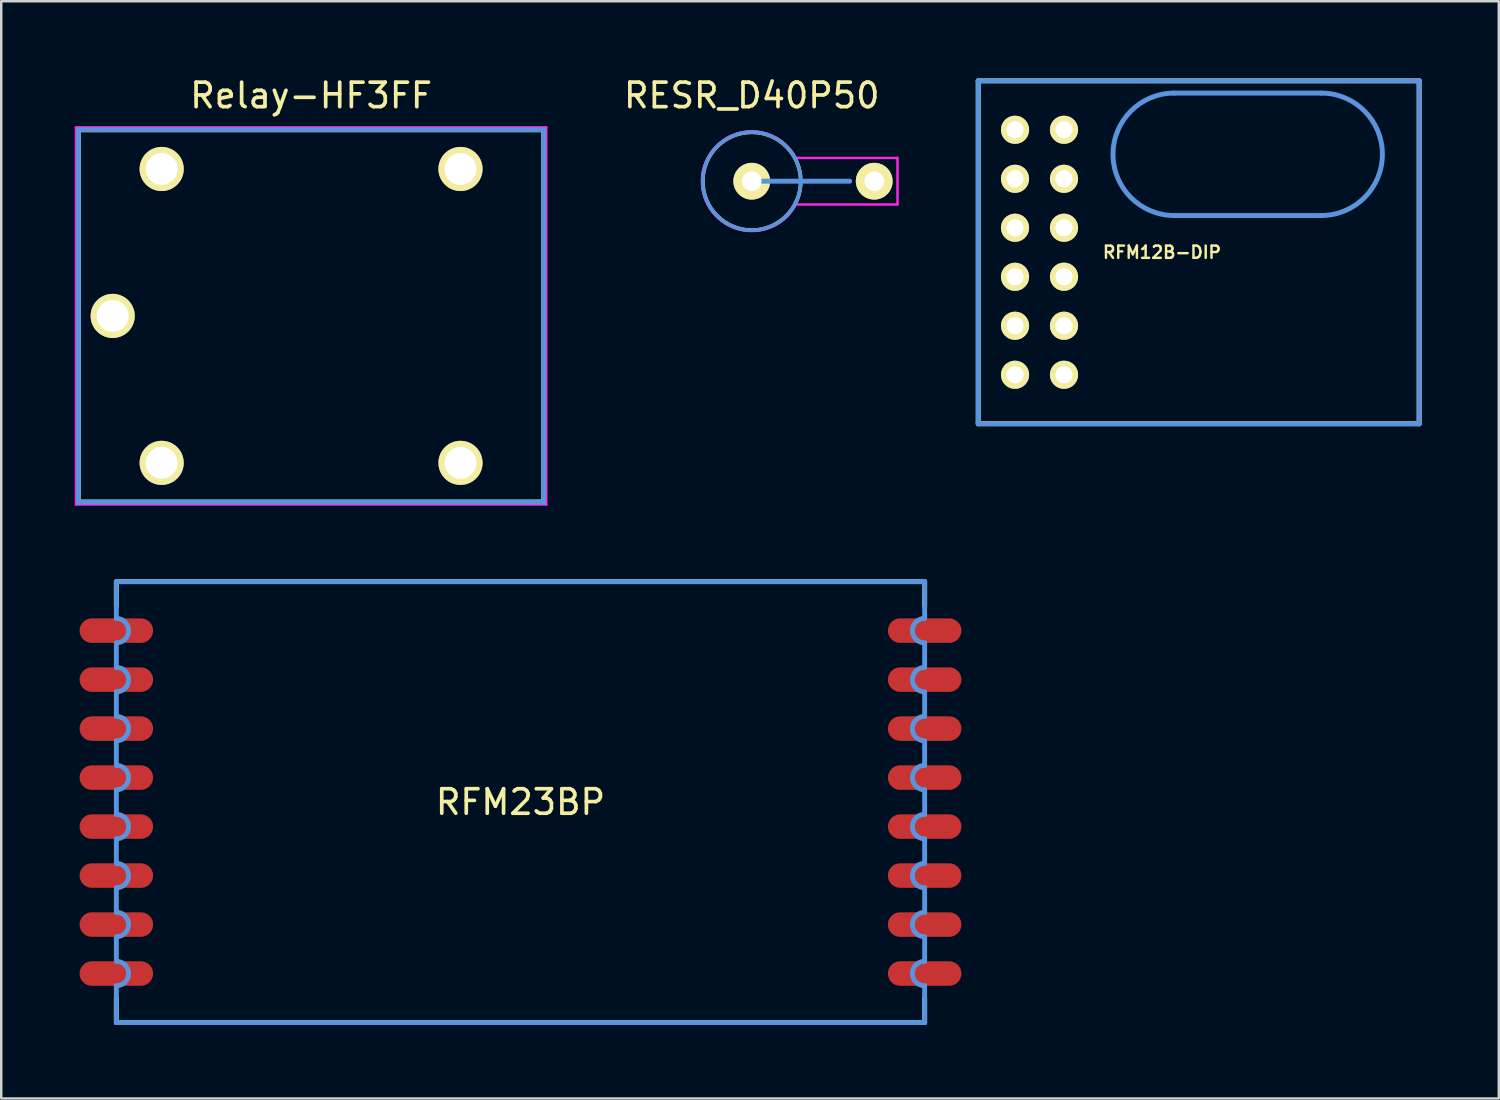
<source format=kicad_pcb>
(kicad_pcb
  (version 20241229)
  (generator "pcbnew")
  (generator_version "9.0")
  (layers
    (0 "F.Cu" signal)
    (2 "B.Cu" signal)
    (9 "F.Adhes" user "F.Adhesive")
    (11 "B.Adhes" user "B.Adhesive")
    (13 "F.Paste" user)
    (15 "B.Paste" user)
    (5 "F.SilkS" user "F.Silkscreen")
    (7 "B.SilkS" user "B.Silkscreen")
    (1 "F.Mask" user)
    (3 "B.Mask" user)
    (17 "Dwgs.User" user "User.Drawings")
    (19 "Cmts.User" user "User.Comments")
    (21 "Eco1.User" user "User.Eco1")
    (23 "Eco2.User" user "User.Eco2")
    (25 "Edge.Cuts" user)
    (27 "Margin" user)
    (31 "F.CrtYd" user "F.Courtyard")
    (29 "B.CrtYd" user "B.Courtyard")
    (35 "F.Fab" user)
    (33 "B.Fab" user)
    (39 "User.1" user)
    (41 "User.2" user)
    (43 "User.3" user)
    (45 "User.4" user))
  (footprint "RFM12B-DIP"
    (layer "F.Cu")
    (at 44.389 7.25)
    (property "Reference" "RFM12B-DIP" (at 0 0 0) (layer "F.SilkS") (effects (font (size 0.5 0.5) (thickness 0.099))))
    (attr through_hole)
    (fp_line (start -7.501 -7) (end 10.5 -7) (stroke (width 0.201) (type solid)) (layer "F.SilkS"))
    (fp_line (start -7.501 7) (end -7.501 -7) (stroke (width 0.201) (type solid)) (layer "F.SilkS"))
    (fp_line (start 10.5 -7) (end 10.5 7) (stroke (width 0.201) (type solid)) (layer "F.SilkS"))
    (fp_line (start 10.5 7) (end -7.501 7) (stroke (width 0.201) (type solid)) (layer "F.SilkS"))
    (fp_line (start -7.501 -7) (end 10.5 -7) (stroke (width 0.201) (type solid)) (layer "Cmts.User"))
    (fp_line (start -7.501 7) (end -7.501 -7) (stroke (width 0.201) (type solid)) (layer "Cmts.User"))
    (fp_line (start 0.5 -6.5) (end 6.5 -6.5) (stroke (width 0.201) (type solid)) (layer "Cmts.User"))
    (fp_line (start 6.5 -1.501) (end 0.5 -1.501) (stroke (width 0.201) (type solid)) (layer "Cmts.User"))
    (fp_line (start 10.5 -7) (end 10.5 7) (stroke (width 0.201) (type solid)) (layer "Cmts.User"))
    (fp_line (start 10.5 7) (end -7.501 7) (stroke (width 0.201) (type solid)) (layer "Cmts.User"))
    (fp_arc (start 0.50038 -1.50114) (mid -1.99898 -4.0005) (end 0.50038 -6.49986) (stroke (width 0.20066) (type solid)) (layer "Cmts.User"))
    (fp_arc (start 6.49986 -6.49986) (mid 8.99922 -4.0005) (end 6.49986 -1.50114) (stroke (width 0.20066) (type solid)) (layer "Cmts.User"))
    (fp_line (start -7.699 -7.201) (end 10.701 -7.201) (stroke (width 0.099) (type solid)) (layer "Eco1.User"))
    (fp_line (start -7.699 7.201) (end -7.699 -7.201) (stroke (width 0.099) (type solid)) (layer "Eco1.User"))
    (fp_line (start 10.701 -7.201) (end 10.701 7.201) (stroke (width 0.099) (type solid)) (layer "Eco1.User"))
    (fp_line (start 10.701 7.201) (end -7.699 7.201) (stroke (width 0.099) (type solid)) (layer "Eco1.User"))
    (pad "1" thru_hole circle (at -5.999 -5.001) (size 1.151 1.151) (drill 0.701) (layers "*.Cu" "*.Mask" "F.SilkS"))
    (pad "2" thru_hole circle (at -5.999 -3) (size 1.151 1.151) (drill 0.701) (layers "*.Cu" "*.Mask" "F.SilkS"))
    (pad "3" thru_hole circle (at -5.999 -1.001) (size 1.151 1.151) (drill 0.701) (layers "*.Cu" "*.Mask" "F.SilkS"))
    (pad "4" thru_hole circle (at -5.999 1.001) (size 1.151 1.151) (drill 0.701) (layers "*.Cu" "*.Mask" "F.SilkS"))
    (pad "5" thru_hole circle (at -5.999 3) (size 1.151 1.151) (drill 0.701) (layers "*.Cu" "*.Mask" "F.SilkS"))
    (pad "6" thru_hole circle (at -5.999 5.001) (size 1.151 1.151) (drill 0.701) (layers "*.Cu" "*.Mask" "F.SilkS"))
    (pad "7" thru_hole circle (at -4 5.001) (size 1.151 1.151) (drill 0.701) (layers "*.Cu" "*.Mask" "F.SilkS"))
    (pad "8" thru_hole circle (at -4 0.998) (size 1.151 1.151) (drill 0.701) (layers "*.Cu" "*.Mask" "F.SilkS"))
    (pad "9" thru_hole circle (at -4 3) (size 1.151 1.151) (drill 0.701) (layers "*.Cu" "*.Mask" "F.SilkS"))
    (pad "10" thru_hole circle (at -4 -1.001) (size 1.151 1.151) (drill 0.701) (layers "*.Cu" "*.Mask" "F.SilkS"))
    (pad "11" thru_hole circle (at -4 -3) (size 1.151 1.151) (drill 0.701) (layers "*.Cu" "*.Mask" "F.SilkS"))
    (pad "12" thru_hole circle (at -4 -5.001) (size 1.151 1.151) (drill 0.701) (layers "*.Cu" "*.Mask" "F.SilkS")))
  (footprint "RFM23BP"
    (layer "F.Cu")
    (at 18.2 29.696)
    (property "Reference" "RFM23BP" (at 0 0 0) (layer "F.SilkS") (effects (font (size 1 1) (thickness 0.15))))
    (attr through_hole)
    (fp_line (start -16.5 -9) (end -16.5 -8) (stroke (width 0.2) (type solid)) (layer "F.SilkS"))
    (fp_line (start -16.5 -9) (end 16.5 -9) (stroke (width 0.2) (type solid)) (layer "F.SilkS"))
    (fp_line (start -16.5 8) (end -16.5 9) (stroke (width 0.2) (type solid)) (layer "F.SilkS"))
    (fp_line (start -16.5 9) (end 16.5 9) (stroke (width 0.2) (type solid)) (layer "F.SilkS"))
    (fp_line (start 16.5 -9) (end 16.5 -8) (stroke (width 0.2) (type solid)) (layer "F.SilkS"))
    (fp_line (start 16.5 9) (end 16.5 8) (stroke (width 0.2) (type solid)) (layer "F.SilkS"))
    (fp_line (start -16.5 -7.5) (end -16.5 -9) (stroke (width 0.2) (type solid)) (layer "Cmts.User"))
    (fp_line (start -16.5 -6.5) (end -16.5 -5.5) (stroke (width 0.2) (type solid)) (layer "Cmts.User"))
    (fp_line (start -16.5 -3.5) (end -16.5 -4.5) (stroke (width 0.2) (type solid)) (layer "Cmts.User"))
    (fp_line (start -16.5 -2.5) (end -16.5 -1.5) (stroke (width 0.2) (type solid)) (layer "Cmts.User"))
    (fp_line (start -16.5 0.5) (end -16.5 -0.5) (stroke (width 0.2) (type solid)) (layer "Cmts.User"))
    (fp_line (start -16.5 1.5) (end -16.5 2.5) (stroke (width 0.2) (type solid)) (layer "Cmts.User"))
    (fp_line (start -16.5 4.5) (end -16.5 3.5) (stroke (width 0.2) (type solid)) (layer "Cmts.User"))
    (fp_line (start -16.5 5.5) (end -16.5 6.5) (stroke (width 0.2) (type solid)) (layer "Cmts.User"))
    (fp_line (start -16.5 9) (end -16.5 7.5) (stroke (width 0.2) (type solid)) (layer "Cmts.User"))
    (fp_line (start -16.5 9) (end 16.5 9) (stroke (width 0.2) (type solid)) (layer "Cmts.User"))
    (fp_line (start 16.5 -9) (end -16.5 -9) (stroke (width 0.2) (type solid)) (layer "Cmts.User"))
    (fp_line (start 16.5 -9) (end 16.5 -7.5) (stroke (width 0.2) (type solid)) (layer "Cmts.User"))
    (fp_line (start 16.5 -6.5) (end 16.5 -5.5) (stroke (width 0.2) (type solid)) (layer "Cmts.User"))
    (fp_line (start 16.5 -4.5) (end 16.5 -3.5) (stroke (width 0.2) (type solid)) (layer "Cmts.User"))
    (fp_line (start 16.5 -2.5) (end 16.5 -1.5) (stroke (width 0.2) (type solid)) (layer "Cmts.User"))
    (fp_line (start 16.5 -0.5) (end 16.5 0.5) (stroke (width 0.2) (type solid)) (layer "Cmts.User"))
    (fp_line (start 16.5 1.5) (end 16.5 2.5) (stroke (width 0.2) (type solid)) (layer "Cmts.User"))
    (fp_line (start 16.5 3.5) (end 16.5 4.5) (stroke (width 0.2) (type solid)) (layer "Cmts.User"))
    (fp_line (start 16.5 5.5) (end 16.5 6.5) (stroke (width 0.2) (type solid)) (layer "Cmts.User"))
    (fp_line (start 16.5 7.5) (end 16.5 9) (stroke (width 0.2) (type solid)) (layer "Cmts.User"))
    (fp_arc (start -16.5 -7.5) (mid -16 -7) (end -16.5 -6.5) (stroke (width 0.2) (type solid)) (layer "Cmts.User"))
    (fp_arc (start -16.5 -5.5) (mid -16 -5) (end -16.5 -4.5) (stroke (width 0.2) (type solid)) (layer "Cmts.User"))
    (fp_arc (start -16.5 -3.5) (mid -16 -3) (end -16.5 -2.5) (stroke (width 0.2) (type solid)) (layer "Cmts.User"))
    (fp_arc (start -16.5 -1.5) (mid -16 -1) (end -16.5 -0.5) (stroke (width 0.2) (type solid)) (layer "Cmts.User"))
    (fp_arc (start -16.5 0.5) (mid -16 1) (end -16.5 1.5) (stroke (width 0.2) (type solid)) (layer "Cmts.User"))
    (fp_arc (start -16.5 2.5) (mid -16 3) (end -16.5 3.5) (stroke (width 0.2) (type solid)) (layer "Cmts.User"))
    (fp_arc (start -16.5 4.5) (mid -16 5) (end -16.5 5.5) (stroke (width 0.2) (type solid)) (layer "Cmts.User"))
    (fp_arc (start -16.5 6.5) (mid -16 7) (end -16.5 7.5) (stroke (width 0.2) (type solid)) (layer "Cmts.User"))
    (fp_arc (start 16.5 -6.5) (mid 16 -7) (end 16.5 -7.5) (stroke (width 0.2) (type solid)) (layer "Cmts.User"))
    (fp_arc (start 16.5 -4.5) (mid 16 -5) (end 16.5 -5.5) (stroke (width 0.2) (type solid)) (layer "Cmts.User"))
    (fp_arc (start 16.5 -2.5) (mid 16 -3) (end 16.5 -3.5) (stroke (width 0.2) (type solid)) (layer "Cmts.User"))
    (fp_arc (start 16.5 -0.5) (mid 16 -1) (end 16.5 -1.5) (stroke (width 0.2) (type solid)) (layer "Cmts.User"))
    (fp_arc (start 16.5 1.5) (mid 16 1) (end 16.5 0.5) (stroke (width 0.2) (type solid)) (layer "Cmts.User"))
    (fp_arc (start 16.5 3.5) (mid 16 3) (end 16.5 2.5) (stroke (width 0.2) (type solid)) (layer "Cmts.User"))
    (fp_arc (start 16.5 5.5) (mid 16 5) (end 16.5 4.5) (stroke (width 0.2) (type solid)) (layer "Cmts.User"))
    (fp_arc (start 16.5 7.5) (mid 16 7) (end 16.5 6.5) (stroke (width 0.2) (type solid)) (layer "Cmts.User"))
    (fp_line (start -18.15 -9.05) (end -18.15 9.05) (stroke (width 0.1) (type solid)) (layer "Eco1.User"))
    (fp_line (start -18.15 -9.05) (end 18.15 -9.05) (stroke (width 0.1) (type solid)) (layer "Eco1.User"))
    (fp_line (start -18.15 9.05) (end 18.15 9.05) (stroke (width 0.1) (type solid)) (layer "Eco1.User"))
    (fp_line (start 18.15 9.05) (end 18.15 -9.05) (stroke (width 0.1) (type solid)) (layer "Eco1.User"))
    (pad "1" smd oval (at -16.5 -7) (size 3 1) (layers "F.Cu" "F.Mask" "F.Paste"))
    (pad "2" smd oval (at -16.5 -5) (size 3 1) (layers "F.Cu" "F.Mask" "F.Paste"))
    (pad "3" smd oval (at -16.5 -3) (size 3 1) (layers "F.Cu" "F.Mask" "F.Paste"))
    (pad "4" smd oval (at -16.5 -1) (size 3 1) (layers "F.Cu" "F.Mask" "F.Paste"))
    (pad "5" smd oval (at -16.5 1) (size 3 1) (layers "F.Cu" "F.Mask" "F.Paste"))
    (pad "6" smd oval (at -16.5 3) (size 3 1) (layers "F.Cu" "F.Mask" "F.Paste"))
    (pad "7" smd oval (at -16.5 5) (size 3 1) (layers "F.Cu" "F.Mask" "F.Paste"))
    (pad "8" smd oval (at -16.5 7) (size 3 1) (layers "F.Cu" "F.Mask" "F.Paste"))
    (pad "9" smd oval (at 16.5 7) (size 3 1) (layers "F.Cu" "F.Mask" "F.Paste"))
    (pad "10" smd oval (at 16.5 5) (size 3 1) (layers "F.Cu" "F.Mask" "F.Paste"))
    (pad "11" smd oval (at 16.5 3) (size 3 1) (layers "F.Cu" "F.Mask" "F.Paste"))
    (pad "12" smd oval (at 16.5 1) (size 3 1) (layers "F.Cu" "F.Mask" "F.Paste"))
    (pad "13" smd oval (at 16.5 -1) (size 3 1) (layers "F.Cu" "F.Mask" "F.Paste"))
    (pad "14" smd oval (at 16.5 -3) (size 3 1) (layers "F.Cu" "F.Mask" "F.Paste"))
    (pad "15" smd oval (at 16.5 -5) (size 3 1) (layers "F.Cu" "F.Mask" "F.Paste"))
    (pad "16" smd oval (at 16.5 -7) (size 3 1) (layers "F.Cu" "F.Mask" "F.Paste")))
  (footprint "Relay-HF3FF"
    (layer "F.Cu")
    (at 9.651 9.848)
    (property "Reference" "Relay-HF3FF" (at 0 -8.999 0) (layer "F.SilkS") (effects (font (size 1.001 1.001) (thickness 0.15))))
    (attr through_hole)
    (fp_line (start -9.5 -7.6) (end -9.5 7.6) (stroke (width 0.201) (type solid)) (layer "F.SilkS"))
    (fp_line (start -9.5 7.6) (end 9.5 7.6) (stroke (width 0.201) (type solid)) (layer "F.SilkS"))
    (fp_line (start 9.5 -7.6) (end -9.5 -7.6) (stroke (width 0.201) (type solid)) (layer "F.SilkS"))
    (fp_line (start 9.5 7.6) (end 9.5 -7.6) (stroke (width 0.201) (type solid)) (layer "F.SilkS"))
    (fp_line (start -9.5 -7.6) (end -9.5 7.6) (stroke (width 0.201) (type solid)) (layer "Cmts.User"))
    (fp_line (start -9.5 7.6) (end 9.5 7.6) (stroke (width 0.201) (type solid)) (layer "Cmts.User"))
    (fp_line (start 9.5 -7.6) (end -9.5 -7.6) (stroke (width 0.201) (type solid)) (layer "Cmts.User"))
    (fp_line (start 9.5 7.6) (end 9.5 -7.6) (stroke (width 0.201) (type solid)) (layer "Cmts.User"))
    (fp_line (start -9.601 -7.699) (end -9.601 7.699) (stroke (width 0.099) (type solid)) (layer "F.CrtYd"))
    (fp_line (start -9.601 7.699) (end 9.601 7.699) (stroke (width 0.099) (type solid)) (layer "F.CrtYd"))
    (fp_line (start 9.601 -7.699) (end -9.601 -7.699) (stroke (width 0.099) (type solid)) (layer "F.CrtYd"))
    (fp_line (start 9.601 7.699) (end 9.601 -7.699) (stroke (width 0.099) (type solid)) (layer "F.CrtYd"))
    (pad "1" thru_hole circle (at -6.101 -5.999) (size 1.801 1.801) (drill 1.3) (layers "*.Cu" "*.Mask" "F.SilkS"))
    (pad "2" thru_hole circle (at 6.099 -5.999) (size 1.801 1.801) (drill 1.3) (layers "*.Cu" "*.Mask" "F.SilkS"))
    (pad "3" thru_hole circle (at 6.099 5.999) (size 1.801 1.801) (drill 1.3) (layers "*.Cu" "*.Mask" "F.SilkS"))
    (pad "4" thru_hole circle (at -6.101 5.999) (size 1.801 1.801) (drill 1.3) (layers "*.Cu" "*.Mask" "F.SilkS"))
    (pad "5" thru_hole circle (at -8.1 0) (size 1.801 1.801) (drill 1.3) (layers "*.Cu" "*.Mask" "F.SilkS")))
  (footprint "RESR_D40P50"
    (layer "F.Cu")
    (at 27.641 4.348)
    (property "Reference" "RESR_D40P50" (at 0 -3.5 0) (layer "F.SilkS") (effects (font (size 1 1) (thickness 0.15))))
    (attr through_hole)
    (fp_circle (center 0 0) (end 2 0) (stroke (width 0.15) (type solid)) (fill no) (layer "F.SilkS"))
    (fp_line (start 0 0) (end 4 0) (stroke (width 0.2) (type solid)) (layer "Cmts.User"))
    (fp_circle (center 0 0) (end -2 0) (stroke (width 0.15) (type solid)) (fill no) (layer "Cmts.User"))
    (fp_line (start 1.8 0.95) (end 5.95 0.95) (stroke (width 0.1) (type solid)) (layer "F.CrtYd"))
    (fp_line (start 5.95 -0.95) (end 1.8 -0.95) (stroke (width 0.1) (type solid)) (layer "F.CrtYd"))
    (fp_line (start 5.95 0.95) (end 5.95 -0.95) (stroke (width 0.1) (type solid)) (layer "F.CrtYd"))
    (fp_arc (start 1.8 0.95) (mid -2.035313 0.00092) (end 1.79914 -0.951627) (stroke (width 0.1) (type solid)) (layer "F.CrtYd"))
    (pad "1" thru_hole circle (at 0 0) (size 1.5 1.5) (drill 0.8) (layers "*.Cu" "*.Mask" "F.SilkS"))
    (pad "2" thru_hole circle (at 5 0) (size 1.5 1.5) (drill 0.8) (layers "*.Cu" "*.Mask" "F.SilkS")))
  (gr_rect
    (start -3 -3)
    (end 58.14 41.796)
    (stroke (width 0.1) (type default))
    (fill no)
    (layer "Edge.Cuts")))
</source>
